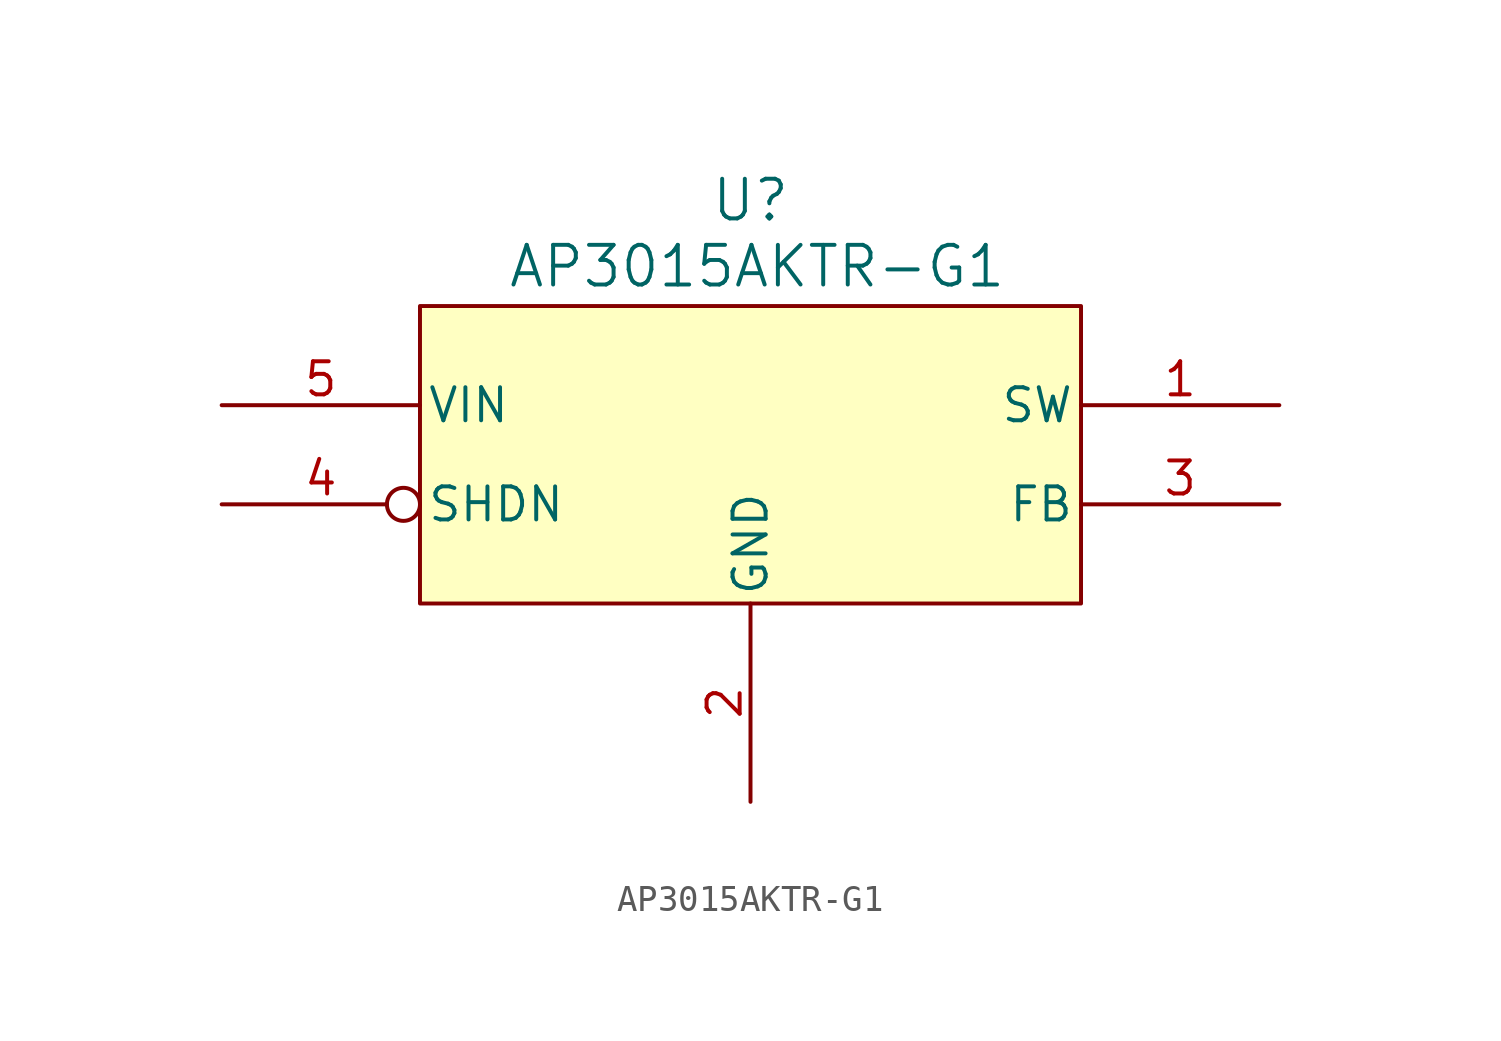
<source format=kicad_sym>
(kicad_symbol_lib
  (version 20241209)
  (generator "kicad_symbol_editor")
  (generator_version "9.0")
  (symbol "AP3015AKTR-G1"
    (pin_names
      (offset 0.254))
    (property "Reference" "U"
      (at 20.32 7.874 0)
      (effects (font (size 1.524 1.524))))
    (property "Value" "AP3015AKTR-G1"
      (at 20.574 5.334 0)
      (effects (font (size 1.524 1.524))))
    (property "ki_locked" ""
      (at 0 0 0)
      (effects (font (size 1.27 1.27))))
    (symbol "AP3015AKTR-G1_1_1"
      (rectangle (start 7.62 3.81) (end 33.02 -7.62) (stroke (width 0) (type solid)) (fill (type color) (color 255 255 194 1)))
      (pin power_in line (at 0 0 0) (length 7.62) (name "VIN" (effects (font (size 1.27 1.27)))) (number "5" (effects (font (size 1.27 1.27)))))
      (pin input inverted (at 0 -3.81 0) (length 7.62) (name "SHDN" (effects (font (size 1.27 1.27)))) (number "4" (effects (font (size 1.27 1.27)))))
      (pin power_in line (at 20.32 -15.24 90) (length 7.62) (name "GND" (effects (font (size 1.27 1.27)))) (number "2" (effects (font (size 1.27 1.27)))))
      (pin open_collector line (at 40.64 0 180) (length 7.62) (name "SW" (effects (font (size 1.27 1.27)))) (number "1" (effects (font (size 1.27 1.27)))))
      (pin input line (at 40.64 -3.81 180) (length 7.62) (name "FB" (effects (font (size 1.27 1.27)))) (number "3" (effects (font (size 1.27 1.27))))))))
</source>
